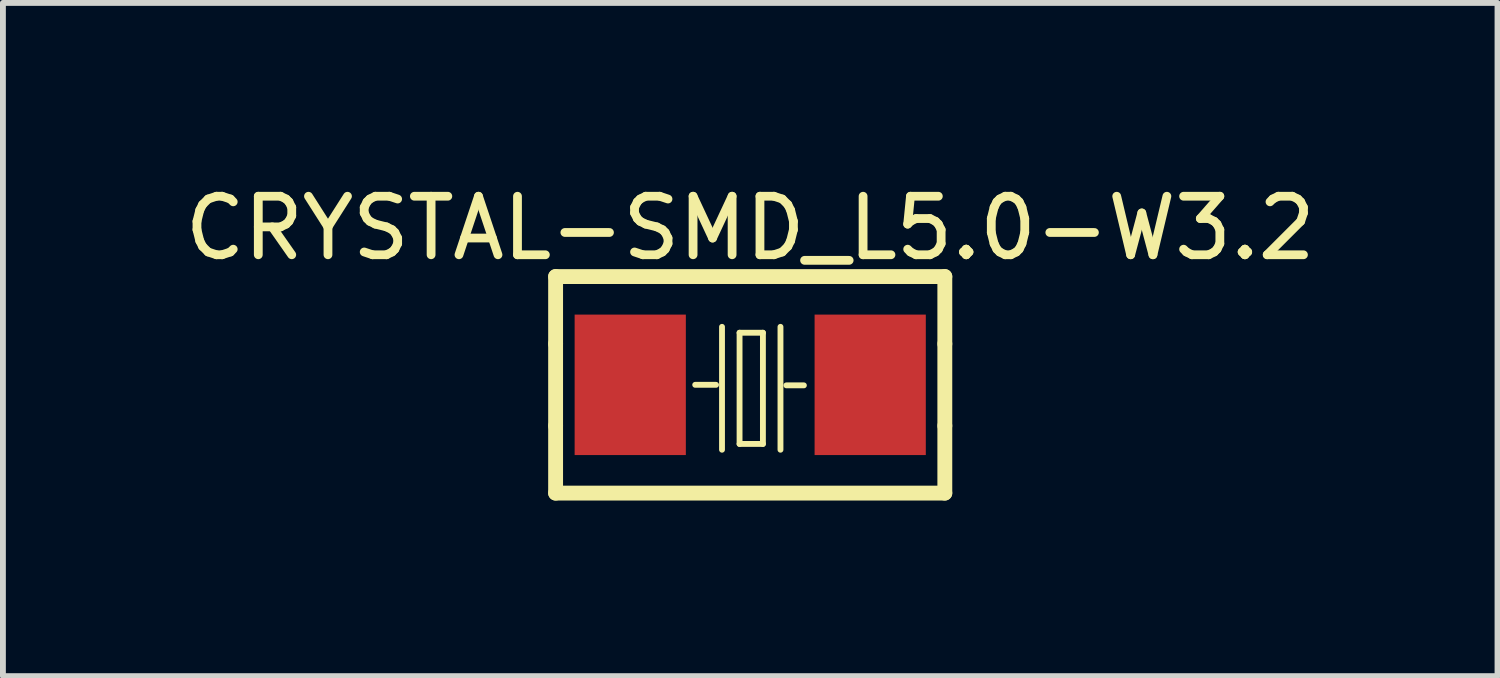
<source format=kicad_pcb>
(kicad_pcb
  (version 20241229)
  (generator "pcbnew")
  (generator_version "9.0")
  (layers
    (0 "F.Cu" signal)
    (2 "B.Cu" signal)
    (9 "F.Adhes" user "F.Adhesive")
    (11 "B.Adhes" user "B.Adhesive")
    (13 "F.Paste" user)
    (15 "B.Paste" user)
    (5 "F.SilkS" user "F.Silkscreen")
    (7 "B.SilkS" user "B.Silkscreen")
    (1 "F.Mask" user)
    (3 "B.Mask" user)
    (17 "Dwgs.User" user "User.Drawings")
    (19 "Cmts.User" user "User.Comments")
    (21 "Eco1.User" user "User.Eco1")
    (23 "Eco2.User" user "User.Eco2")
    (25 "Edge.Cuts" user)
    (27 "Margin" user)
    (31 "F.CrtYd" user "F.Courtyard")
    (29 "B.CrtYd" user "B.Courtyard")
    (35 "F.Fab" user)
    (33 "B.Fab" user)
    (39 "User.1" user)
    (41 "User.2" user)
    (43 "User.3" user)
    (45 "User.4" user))
  (footprint "CRYSTAL-SMD_L5.0-W3.2"
    (layer "F.Cu")
    (at 9.768 3.525)
    (property "Reference" "CRYSTAL-SMD_L5.0-W3.2" (at 0 -2.677 0) (layer "F.SilkS") (effects (font (size 1 1) (thickness 0.15))))
    (fp_line (start -3.325 -1.85) (end 3.325 -1.85) (stroke (width 0.254) (type default)) (layer "F.SilkS"))
    (fp_line (start -3.325 -0.7) (end -3.325 -1.85) (stroke (width 0.254) (type default)) (layer "F.SilkS"))
    (fp_line (start -3.325 0.7) (end -3.325 -0.7) (stroke (width 0.254) (type default)) (layer "F.SilkS"))
    (fp_line (start -3.325 1.85) (end -3.325 0.7) (stroke (width 0.254) (type default)) (layer "F.SilkS"))
    (fp_line (start -0.94 0) (end -0.584 0) (stroke (width 0.1) (type default)) (layer "F.SilkS"))
    (fp_line (start -0.482 -0.991) (end -0.482 1.109) (stroke (width 0.1) (type default)) (layer "F.SilkS"))
    (fp_line (start -0.182 -0.89) (end -0.182 1.01) (stroke (width 0.1) (type default)) (layer "F.SilkS"))
    (fp_line (start -0.182 1.01) (end 0.217 1.01) (stroke (width 0.1) (type default)) (layer "F.SilkS"))
    (fp_line (start 0.217 -0.89) (end -0.182 -0.89) (stroke (width 0.1) (type default)) (layer "F.SilkS"))
    (fp_line (start 0.217 1.01) (end 0.217 -0.89) (stroke (width 0.1) (type default)) (layer "F.SilkS"))
    (fp_line (start 0.517 -0.991) (end 0.517 1.109) (stroke (width 0.1) (type default)) (layer "F.SilkS"))
    (fp_line (start 0.618 0.009) (end 0.917 0.009) (stroke (width 0.1) (type default)) (layer "F.SilkS"))
    (fp_line (start 3.325 -1.85) (end 3.325 -0.7) (stroke (width 0.254) (type default)) (layer "F.SilkS"))
    (fp_line (start 3.325 -0.7) (end 3.325 0.7) (stroke (width 0.254) (type default)) (layer "F.SilkS"))
    (fp_line (start 3.325 0.7) (end 3.325 1.85) (stroke (width 0.254) (type default)) (layer "F.SilkS"))
    (fp_line (start 3.325 1.85) (end -3.325 1.85) (stroke (width 0.254) (type default)) (layer "F.SilkS"))
    (fp_poly (pts (xy -2.4 -1) (xy -1.3 -1) (xy -1.3 1) (xy -2.4 1)) (stroke (width 0.1) (type default)) (fill no) (layer "User.1"))
    (fp_poly (pts (xy 1.3 -1) (xy 2.4 -1) (xy 2.4 1) (xy 1.3 1)) (stroke (width 0.1) (type default)) (fill no) (layer "User.1"))
    (fp_line (start -2.5 -1.6) (end 2.5 -1.6) (stroke (width 0.051) (type default)) (layer "User.2"))
    (fp_line (start -2.5 1.6) (end -2.5 -1.6) (stroke (width 0.051) (type default)) (layer "User.2"))
    (fp_line (start 2.5 -1.6) (end 2.5 1.6) (stroke (width 0.051) (type default)) (layer "User.2"))
    (fp_line (start 2.5 1.6) (end -2.5 1.6) (stroke (width 0.051) (type default)) (layer "User.2"))
    (fp_poly (pts (xy -2.445 1.577) (xy -2.477 1.545) (xy -2.523 1.545) (xy -2.555 1.577) (xy -2.555 1.623) (xy -2.523 1.655) (xy -2.477 1.655) (xy -2.445 1.623)) (stroke (width 0.1) (type default)) (fill no) (layer "User.3"))
    (pad "1" smd rect (at -2.05 0) (size 1.9 2.4) (layers "F.Cu" "F.Mask" "F.Paste"))
    (pad "2" smd rect (at 2.05 0) (size 1.9 2.4) (layers "F.Cu" "F.Mask" "F.Paste")))
  (gr_rect
    (start -3 -3)
    (end 22.536 8.502)
    (stroke (width 0.1) (type default))
    (fill no)
    (layer "Edge.Cuts")))
</source>
